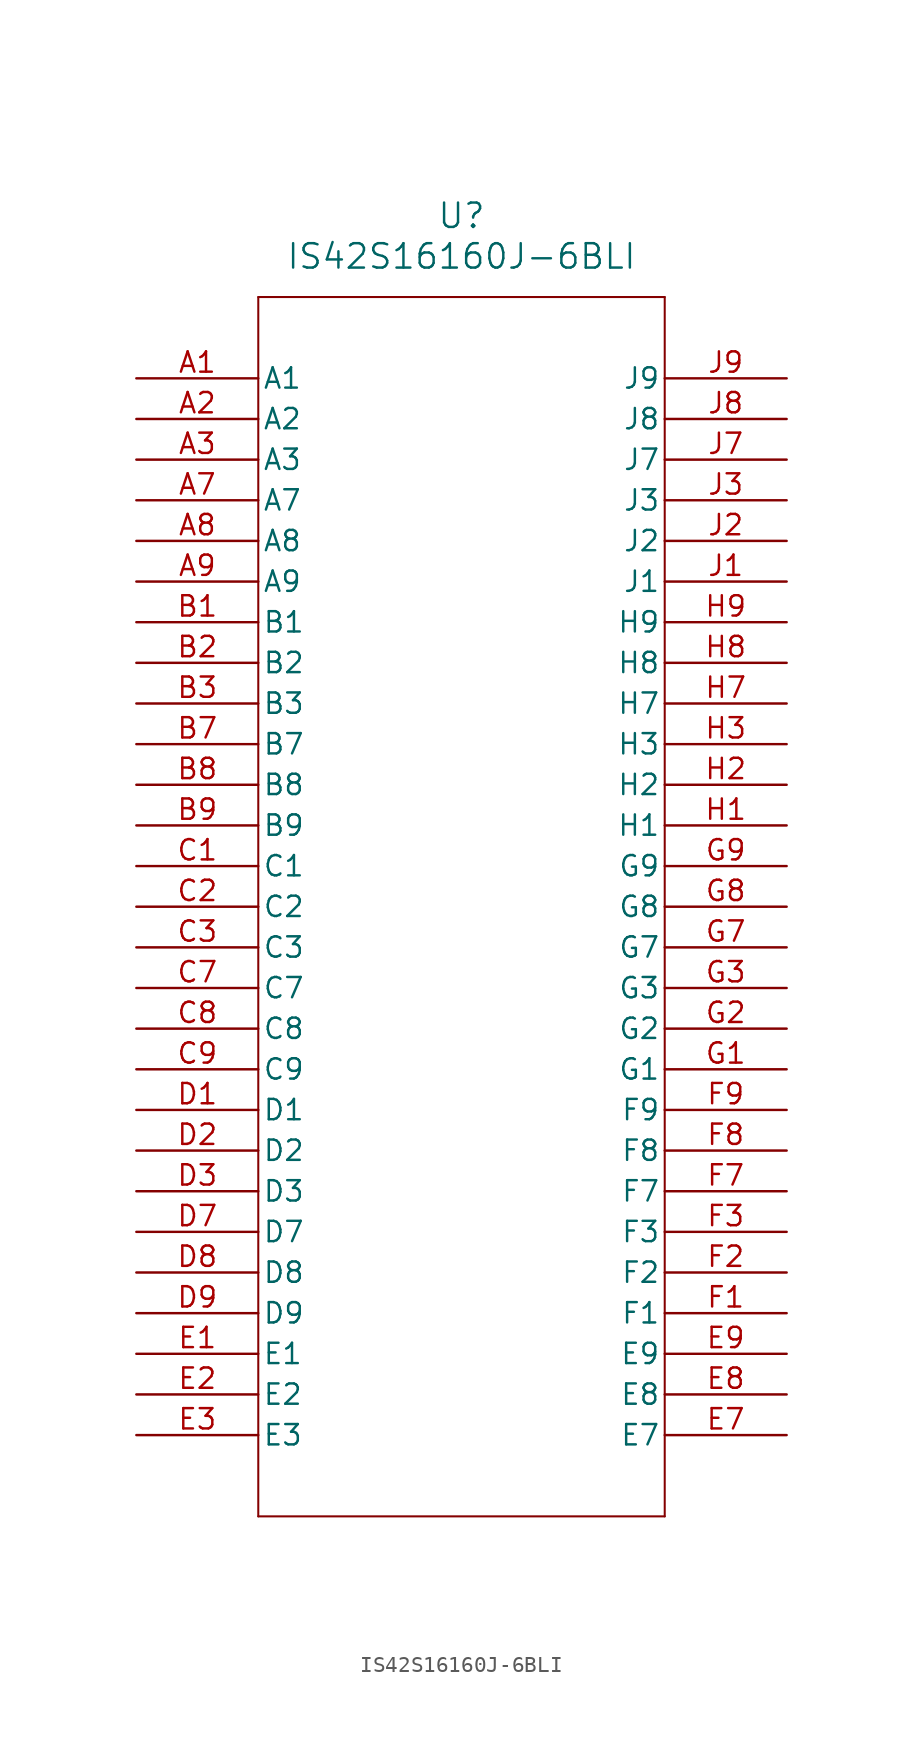
<source format=kicad_sym>
(kicad_symbol_lib
  (version 20211014)
  (generator kicad_symbol_editor)
  (symbol "IS42S16160J-6BLI"
    (pin_names
      (offset 0.254))
    (property "Reference" "U"
      (at 20.32 10.16 0)
      (effects (font (size 1.524 1.524))))
    (property "Value" "IS42S16160J-6BLI"
      (at 20.32 7.62 0)
      (effects (font (size 1.524 1.524))))
    (symbol "IS42S16160J-6BLI_0_1"
      (polyline (pts (xy 7.62 5.08) (xy 7.62 -71.12)) (stroke (width 0.127) (type default) (color 0 0 0 0)) (fill (type none)))
      (polyline (pts (xy 7.62 -71.12) (xy 33.02 -71.12)) (stroke (width 0.127) (type default) (color 0 0 0 0)) (fill (type none)))
      (polyline (pts (xy 33.02 -71.12) (xy 33.02 5.08)) (stroke (width 0.127) (type default) (color 0 0 0 0)) (fill (type none)))
      (polyline (pts (xy 33.02 5.08) (xy 7.62 5.08)) (stroke (width 0.127) (type default) (color 0 0 0 0)) (fill (type none)))
      (pin unspecified line (at 0 0 0) (length 7.62) (name "A1" (effects (font (size 1.27 1.27)))) (number "A1" (effects (font (size 1.27 1.27)))))
      (pin unspecified line (at 0 -2.54 0) (length 7.62) (name "A2" (effects (font (size 1.27 1.27)))) (number "A2" (effects (font (size 1.27 1.27)))))
      (pin unspecified line (at 0 -5.08 0) (length 7.62) (name "A3" (effects (font (size 1.27 1.27)))) (number "A3" (effects (font (size 1.27 1.27)))))
      (pin unspecified line (at 0 -7.62 0) (length 7.62) (name "A7" (effects (font (size 1.27 1.27)))) (number "A7" (effects (font (size 1.27 1.27)))))
      (pin unspecified line (at 0 -10.16 0) (length 7.62) (name "A8" (effects (font (size 1.27 1.27)))) (number "A8" (effects (font (size 1.27 1.27)))))
      (pin unspecified line (at 0 -12.7 0) (length 7.62) (name "A9" (effects (font (size 1.27 1.27)))) (number "A9" (effects (font (size 1.27 1.27)))))
      (pin unspecified line (at 0 -15.24 0) (length 7.62) (name "B1" (effects (font (size 1.27 1.27)))) (number "B1" (effects (font (size 1.27 1.27)))))
      (pin unspecified line (at 0 -17.78 0) (length 7.62) (name "B2" (effects (font (size 1.27 1.27)))) (number "B2" (effects (font (size 1.27 1.27)))))
      (pin unspecified line (at 0 -20.32 0) (length 7.62) (name "B3" (effects (font (size 1.27 1.27)))) (number "B3" (effects (font (size 1.27 1.27)))))
      (pin unspecified line (at 0 -22.86 0) (length 7.62) (name "B7" (effects (font (size 1.27 1.27)))) (number "B7" (effects (font (size 1.27 1.27)))))
      (pin unspecified line (at 0 -25.4 0) (length 7.62) (name "B8" (effects (font (size 1.27 1.27)))) (number "B8" (effects (font (size 1.27 1.27)))))
      (pin unspecified line (at 0 -27.94 0) (length 7.62) (name "B9" (effects (font (size 1.27 1.27)))) (number "B9" (effects (font (size 1.27 1.27)))))
      (pin unspecified line (at 0 -30.48 0) (length 7.62) (name "C1" (effects (font (size 1.27 1.27)))) (number "C1" (effects (font (size 1.27 1.27)))))
      (pin unspecified line (at 0 -33.02 0) (length 7.62) (name "C2" (effects (font (size 1.27 1.27)))) (number "C2" (effects (font (size 1.27 1.27)))))
      (pin unspecified line (at 0 -35.56 0) (length 7.62) (name "C3" (effects (font (size 1.27 1.27)))) (number "C3" (effects (font (size 1.27 1.27)))))
      (pin unspecified line (at 0 -38.1 0) (length 7.62) (name "C7" (effects (font (size 1.27 1.27)))) (number "C7" (effects (font (size 1.27 1.27)))))
      (pin unspecified line (at 0 -40.64 0) (length 7.62) (name "C8" (effects (font (size 1.27 1.27)))) (number "C8" (effects (font (size 1.27 1.27)))))
      (pin unspecified line (at 0 -43.18 0) (length 7.62) (name "C9" (effects (font (size 1.27 1.27)))) (number "C9" (effects (font (size 1.27 1.27)))))
      (pin unspecified line (at 0 -45.72 0) (length 7.62) (name "D1" (effects (font (size 1.27 1.27)))) (number "D1" (effects (font (size 1.27 1.27)))))
      (pin unspecified line (at 0 -48.26 0) (length 7.62) (name "D2" (effects (font (size 1.27 1.27)))) (number "D2" (effects (font (size 1.27 1.27)))))
      (pin unspecified line (at 0 -50.8 0) (length 7.62) (name "D3" (effects (font (size 1.27 1.27)))) (number "D3" (effects (font (size 1.27 1.27)))))
      (pin unspecified line (at 0 -53.34 0) (length 7.62) (name "D7" (effects (font (size 1.27 1.27)))) (number "D7" (effects (font (size 1.27 1.27)))))
      (pin unspecified line (at 0 -55.88 0) (length 7.62) (name "D8" (effects (font (size 1.27 1.27)))) (number "D8" (effects (font (size 1.27 1.27)))))
      (pin unspecified line (at 0 -58.42 0) (length 7.62) (name "D9" (effects (font (size 1.27 1.27)))) (number "D9" (effects (font (size 1.27 1.27)))))
      (pin unspecified line (at 0 -60.96 0) (length 7.62) (name "E1" (effects (font (size 1.27 1.27)))) (number "E1" (effects (font (size 1.27 1.27)))))
      (pin unspecified line (at 0 -63.5 0) (length 7.62) (name "E2" (effects (font (size 1.27 1.27)))) (number "E2" (effects (font (size 1.27 1.27)))))
      (pin unspecified line (at 0 -66.04 0) (length 7.62) (name "E3" (effects (font (size 1.27 1.27)))) (number "E3" (effects (font (size 1.27 1.27)))))
      (pin unspecified line (at 40.64 -66.04 180) (length 7.62) (name "E7" (effects (font (size 1.27 1.27)))) (number "E7" (effects (font (size 1.27 1.27)))))
      (pin unspecified line (at 40.64 -63.5 180) (length 7.62) (name "E8" (effects (font (size 1.27 1.27)))) (number "E8" (effects (font (size 1.27 1.27)))))
      (pin unspecified line (at 40.64 -60.96 180) (length 7.62) (name "E9" (effects (font (size 1.27 1.27)))) (number "E9" (effects (font (size 1.27 1.27)))))
      (pin unspecified line (at 40.64 -58.42 180) (length 7.62) (name "F1" (effects (font (size 1.27 1.27)))) (number "F1" (effects (font (size 1.27 1.27)))))
      (pin unspecified line (at 40.64 -55.88 180) (length 7.62) (name "F2" (effects (font (size 1.27 1.27)))) (number "F2" (effects (font (size 1.27 1.27)))))
      (pin unspecified line (at 40.64 -53.34 180) (length 7.62) (name "F3" (effects (font (size 1.27 1.27)))) (number "F3" (effects (font (size 1.27 1.27)))))
      (pin unspecified line (at 40.64 -50.8 180) (length 7.62) (name "F7" (effects (font (size 1.27 1.27)))) (number "F7" (effects (font (size 1.27 1.27)))))
      (pin unspecified line (at 40.64 -48.26 180) (length 7.62) (name "F8" (effects (font (size 1.27 1.27)))) (number "F8" (effects (font (size 1.27 1.27)))))
      (pin unspecified line (at 40.64 -45.72 180) (length 7.62) (name "F9" (effects (font (size 1.27 1.27)))) (number "F9" (effects (font (size 1.27 1.27)))))
      (pin unspecified line (at 40.64 -43.18 180) (length 7.62) (name "G1" (effects (font (size 1.27 1.27)))) (number "G1" (effects (font (size 1.27 1.27)))))
      (pin unspecified line (at 40.64 -40.64 180) (length 7.62) (name "G2" (effects (font (size 1.27 1.27)))) (number "G2" (effects (font (size 1.27 1.27)))))
      (pin unspecified line (at 40.64 -38.1 180) (length 7.62) (name "G3" (effects (font (size 1.27 1.27)))) (number "G3" (effects (font (size 1.27 1.27)))))
      (pin unspecified line (at 40.64 -35.56 180) (length 7.62) (name "G7" (effects (font (size 1.27 1.27)))) (number "G7" (effects (font (size 1.27 1.27)))))
      (pin unspecified line (at 40.64 -33.02 180) (length 7.62) (name "G8" (effects (font (size 1.27 1.27)))) (number "G8" (effects (font (size 1.27 1.27)))))
      (pin unspecified line (at 40.64 -30.48 180) (length 7.62) (name "G9" (effects (font (size 1.27 1.27)))) (number "G9" (effects (font (size 1.27 1.27)))))
      (pin unspecified line (at 40.64 -27.94 180) (length 7.62) (name "H1" (effects (font (size 1.27 1.27)))) (number "H1" (effects (font (size 1.27 1.27)))))
      (pin unspecified line (at 40.64 -25.4 180) (length 7.62) (name "H2" (effects (font (size 1.27 1.27)))) (number "H2" (effects (font (size 1.27 1.27)))))
      (pin unspecified line (at 40.64 -22.86 180) (length 7.62) (name "H3" (effects (font (size 1.27 1.27)))) (number "H3" (effects (font (size 1.27 1.27)))))
      (pin unspecified line (at 40.64 -20.32 180) (length 7.62) (name "H7" (effects (font (size 1.27 1.27)))) (number "H7" (effects (font (size 1.27 1.27)))))
      (pin unspecified line (at 40.64 -17.78 180) (length 7.62) (name "H8" (effects (font (size 1.27 1.27)))) (number "H8" (effects (font (size 1.27 1.27)))))
      (pin unspecified line (at 40.64 -15.24 180) (length 7.62) (name "H9" (effects (font (size 1.27 1.27)))) (number "H9" (effects (font (size 1.27 1.27)))))
      (pin unspecified line (at 40.64 -12.7 180) (length 7.62) (name "J1" (effects (font (size 1.27 1.27)))) (number "J1" (effects (font (size 1.27 1.27)))))
      (pin unspecified line (at 40.64 -10.16 180) (length 7.62) (name "J2" (effects (font (size 1.27 1.27)))) (number "J2" (effects (font (size 1.27 1.27)))))
      (pin unspecified line (at 40.64 -7.62 180) (length 7.62) (name "J3" (effects (font (size 1.27 1.27)))) (number "J3" (effects (font (size 1.27 1.27)))))
      (pin unspecified line (at 40.64 -5.08 180) (length 7.62) (name "J7" (effects (font (size 1.27 1.27)))) (number "J7" (effects (font (size 1.27 1.27)))))
      (pin unspecified line (at 40.64 -2.54 180) (length 7.62) (name "J8" (effects (font (size 1.27 1.27)))) (number "J8" (effects (font (size 1.27 1.27)))))
      (pin unspecified line (at 40.64 0 180) (length 7.62) (name "J9" (effects (font (size 1.27 1.27)))) (number "J9" (effects (font (size 1.27 1.27))))))))
</source>
